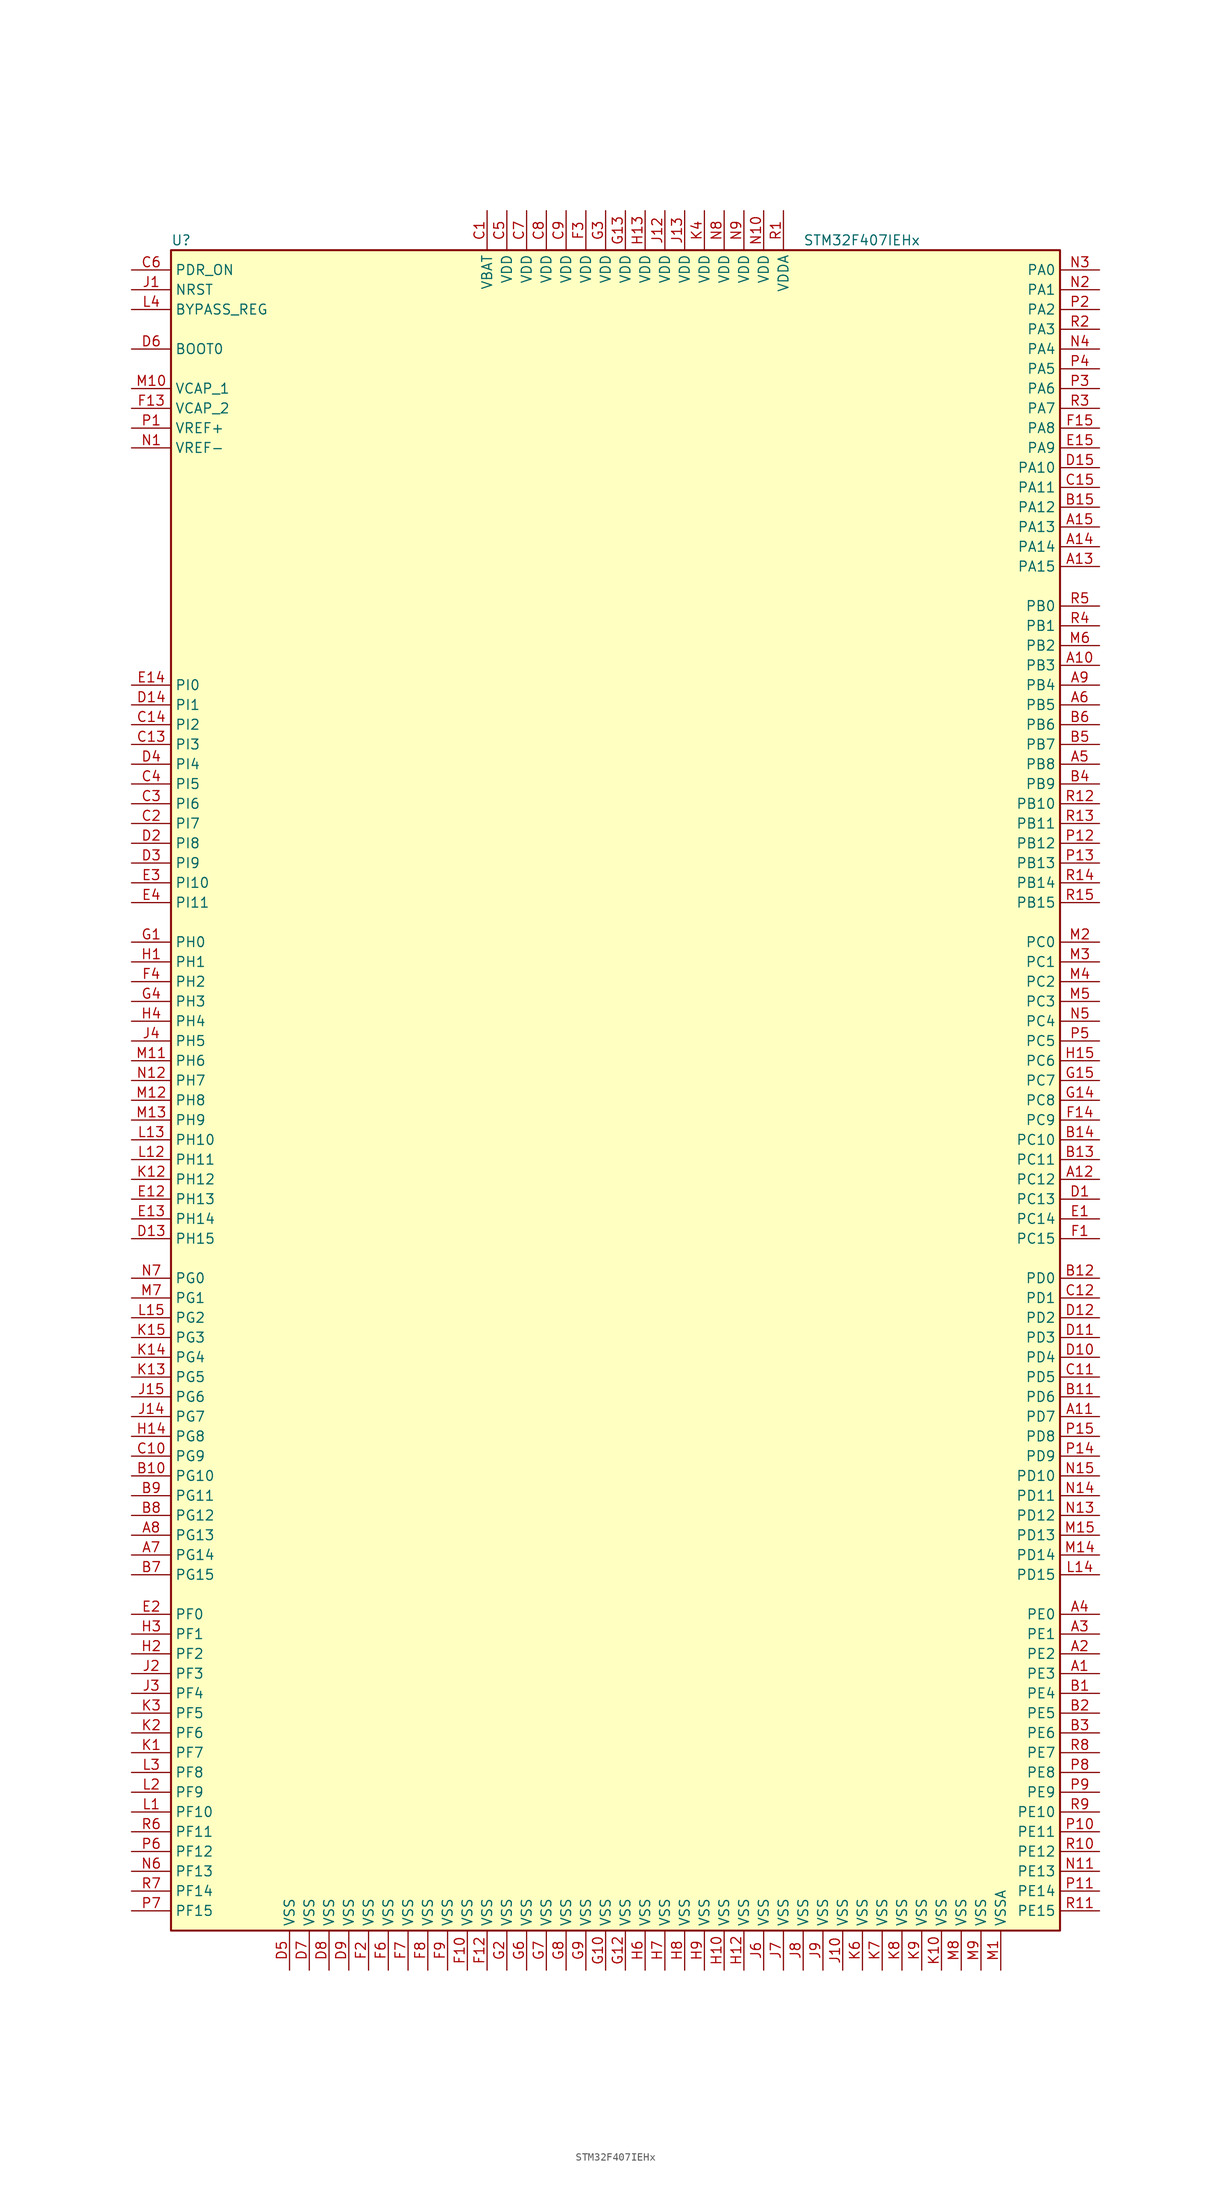
<source format=kicad_sym>
(kicad_symbol_lib
  (version 20211014)
  (generator kicad_symbol_editor)
  (symbol "STM32F407IEHx"
    (property "Reference" "U"
      (at -58.42 107.95 0)
      (effects (font (size 1.27 1.27)) (justify left)))
    (property "Value" "STM32F407IEHx"
      (at 22.86 107.95 0)
      (effects (font (size 1.27 1.27)) (justify left)))
    (symbol "STM32F407IEHx_0_1"
      (rectangle (start -58.42 -109.22) (end 55.88 106.68) (stroke (width 0.254) (type default) (color 0 0 0 0)) (fill (type background))))
    (symbol "STM32F407IEHx_1_1"
      (pin bidirectional line (at 60.96 -76.2 180) (length 5.08) (name "PE3" (effects (font (size 1.27 1.27)))) (number "A1" (effects (font (size 1.27 1.27)))))
      (pin bidirectional line (at 60.96 53.34 180) (length 5.08) (name "PB3" (effects (font (size 1.27 1.27)))) (number "A10" (effects (font (size 1.27 1.27)))))
      (pin bidirectional line (at 60.96 -43.18 180) (length 5.08) (name "PD7" (effects (font (size 1.27 1.27)))) (number "A11" (effects (font (size 1.27 1.27)))))
      (pin bidirectional line (at 60.96 -12.7 180) (length 5.08) (name "PC12" (effects (font (size 1.27 1.27)))) (number "A12" (effects (font (size 1.27 1.27)))))
      (pin bidirectional line (at 60.96 66.04 180) (length 5.08) (name "PA15" (effects (font (size 1.27 1.27)))) (number "A13" (effects (font (size 1.27 1.27)))))
      (pin bidirectional line (at 60.96 68.58 180) (length 5.08) (name "PA14" (effects (font (size 1.27 1.27)))) (number "A14" (effects (font (size 1.27 1.27)))))
      (pin bidirectional line (at 60.96 71.12 180) (length 5.08) (name "PA13" (effects (font (size 1.27 1.27)))) (number "A15" (effects (font (size 1.27 1.27)))))
      (pin bidirectional line (at 60.96 -73.66 180) (length 5.08) (name "PE2" (effects (font (size 1.27 1.27)))) (number "A2" (effects (font (size 1.27 1.27)))))
      (pin bidirectional line (at 60.96 -71.12 180) (length 5.08) (name "PE1" (effects (font (size 1.27 1.27)))) (number "A3" (effects (font (size 1.27 1.27)))))
      (pin bidirectional line (at 60.96 -68.58 180) (length 5.08) (name "PE0" (effects (font (size 1.27 1.27)))) (number "A4" (effects (font (size 1.27 1.27)))))
      (pin bidirectional line (at 60.96 40.64 180) (length 5.08) (name "PB8" (effects (font (size 1.27 1.27)))) (number "A5" (effects (font (size 1.27 1.27)))))
      (pin bidirectional line (at 60.96 48.26 180) (length 5.08) (name "PB5" (effects (font (size 1.27 1.27)))) (number "A6" (effects (font (size 1.27 1.27)))))
      (pin bidirectional line (at -63.5 -60.96 0) (length 5.08) (name "PG14" (effects (font (size 1.27 1.27)))) (number "A7" (effects (font (size 1.27 1.27)))))
      (pin bidirectional line (at -63.5 -58.42 0) (length 5.08) (name "PG13" (effects (font (size 1.27 1.27)))) (number "A8" (effects (font (size 1.27 1.27)))))
      (pin bidirectional line (at 60.96 50.8 180) (length 5.08) (name "PB4" (effects (font (size 1.27 1.27)))) (number "A9" (effects (font (size 1.27 1.27)))))
      (pin bidirectional line (at 60.96 -78.74 180) (length 5.08) (name "PE4" (effects (font (size 1.27 1.27)))) (number "B1" (effects (font (size 1.27 1.27)))))
      (pin bidirectional line (at -63.5 -50.8 0) (length 5.08) (name "PG10" (effects (font (size 1.27 1.27)))) (number "B10" (effects (font (size 1.27 1.27)))))
      (pin bidirectional line (at 60.96 -40.64 180) (length 5.08) (name "PD6" (effects (font (size 1.27 1.27)))) (number "B11" (effects (font (size 1.27 1.27)))))
      (pin bidirectional line (at 60.96 -25.4 180) (length 5.08) (name "PD0" (effects (font (size 1.27 1.27)))) (number "B12" (effects (font (size 1.27 1.27)))))
      (pin bidirectional line (at 60.96 -10.16 180) (length 5.08) (name "PC11" (effects (font (size 1.27 1.27)))) (number "B13" (effects (font (size 1.27 1.27)))))
      (pin bidirectional line (at 60.96 -7.62 180) (length 5.08) (name "PC10" (effects (font (size 1.27 1.27)))) (number "B14" (effects (font (size 1.27 1.27)))))
      (pin bidirectional line (at 60.96 73.66 180) (length 5.08) (name "PA12" (effects (font (size 1.27 1.27)))) (number "B15" (effects (font (size 1.27 1.27)))))
      (pin bidirectional line (at 60.96 -81.28 180) (length 5.08) (name "PE5" (effects (font (size 1.27 1.27)))) (number "B2" (effects (font (size 1.27 1.27)))))
      (pin bidirectional line (at 60.96 -83.82 180) (length 5.08) (name "PE6" (effects (font (size 1.27 1.27)))) (number "B3" (effects (font (size 1.27 1.27)))))
      (pin bidirectional line (at 60.96 38.1 180) (length 5.08) (name "PB9" (effects (font (size 1.27 1.27)))) (number "B4" (effects (font (size 1.27 1.27)))))
      (pin bidirectional line (at 60.96 43.18 180) (length 5.08) (name "PB7" (effects (font (size 1.27 1.27)))) (number "B5" (effects (font (size 1.27 1.27)))))
      (pin bidirectional line (at 60.96 45.72 180) (length 5.08) (name "PB6" (effects (font (size 1.27 1.27)))) (number "B6" (effects (font (size 1.27 1.27)))))
      (pin bidirectional line (at -63.5 -63.5 0) (length 5.08) (name "PG15" (effects (font (size 1.27 1.27)))) (number "B7" (effects (font (size 1.27 1.27)))))
      (pin bidirectional line (at -63.5 -55.88 0) (length 5.08) (name "PG12" (effects (font (size 1.27 1.27)))) (number "B8" (effects (font (size 1.27 1.27)))))
      (pin bidirectional line (at -63.5 -53.34 0) (length 5.08) (name "PG11" (effects (font (size 1.27 1.27)))) (number "B9" (effects (font (size 1.27 1.27)))))
      (pin power_in line (at -17.78 111.76 270) (length 5.08) (name "VBAT" (effects (font (size 1.27 1.27)))) (number "C1" (effects (font (size 1.27 1.27)))))
      (pin bidirectional line (at -63.5 -48.26 0) (length 5.08) (name "PG9" (effects (font (size 1.27 1.27)))) (number "C10" (effects (font (size 1.27 1.27)))))
      (pin bidirectional line (at 60.96 -38.1 180) (length 5.08) (name "PD5" (effects (font (size 1.27 1.27)))) (number "C11" (effects (font (size 1.27 1.27)))))
      (pin bidirectional line (at 60.96 -27.94 180) (length 5.08) (name "PD1" (effects (font (size 1.27 1.27)))) (number "C12" (effects (font (size 1.27 1.27)))))
      (pin bidirectional line (at -63.5 43.18 0) (length 5.08) (name "PI3" (effects (font (size 1.27 1.27)))) (number "C13" (effects (font (size 1.27 1.27)))))
      (pin bidirectional line (at -63.5 45.72 0) (length 5.08) (name "PI2" (effects (font (size 1.27 1.27)))) (number "C14" (effects (font (size 1.27 1.27)))))
      (pin bidirectional line (at 60.96 76.2 180) (length 5.08) (name "PA11" (effects (font (size 1.27 1.27)))) (number "C15" (effects (font (size 1.27 1.27)))))
      (pin bidirectional line (at -63.5 33.02 0) (length 5.08) (name "PI7" (effects (font (size 1.27 1.27)))) (number "C2" (effects (font (size 1.27 1.27)))))
      (pin bidirectional line (at -63.5 35.56 0) (length 5.08) (name "PI6" (effects (font (size 1.27 1.27)))) (number "C3" (effects (font (size 1.27 1.27)))))
      (pin bidirectional line (at -63.5 38.1 0) (length 5.08) (name "PI5" (effects (font (size 1.27 1.27)))) (number "C4" (effects (font (size 1.27 1.27)))))
      (pin power_in line (at -15.24 111.76 270) (length 5.08) (name "VDD" (effects (font (size 1.27 1.27)))) (number "C5" (effects (font (size 1.27 1.27)))))
      (pin input line (at -63.5 104.14 0) (length 5.08) (name "PDR_ON" (effects (font (size 1.27 1.27)))) (number "C6" (effects (font (size 1.27 1.27)))))
      (pin power_in line (at -12.7 111.76 270) (length 5.08) (name "VDD" (effects (font (size 1.27 1.27)))) (number "C7" (effects (font (size 1.27 1.27)))))
      (pin power_in line (at -10.16 111.76 270) (length 5.08) (name "VDD" (effects (font (size 1.27 1.27)))) (number "C8" (effects (font (size 1.27 1.27)))))
      (pin power_in line (at -7.62 111.76 270) (length 5.08) (name "VDD" (effects (font (size 1.27 1.27)))) (number "C9" (effects (font (size 1.27 1.27)))))
      (pin bidirectional line (at 60.96 -15.24 180) (length 5.08) (name "PC13" (effects (font (size 1.27 1.27)))) (number "D1" (effects (font (size 1.27 1.27)))))
      (pin bidirectional line (at 60.96 -35.56 180) (length 5.08) (name "PD4" (effects (font (size 1.27 1.27)))) (number "D10" (effects (font (size 1.27 1.27)))))
      (pin bidirectional line (at 60.96 -33.02 180) (length 5.08) (name "PD3" (effects (font (size 1.27 1.27)))) (number "D11" (effects (font (size 1.27 1.27)))))
      (pin bidirectional line (at 60.96 -30.48 180) (length 5.08) (name "PD2" (effects (font (size 1.27 1.27)))) (number "D12" (effects (font (size 1.27 1.27)))))
      (pin bidirectional line (at -63.5 -20.32 0) (length 5.08) (name "PH15" (effects (font (size 1.27 1.27)))) (number "D13" (effects (font (size 1.27 1.27)))))
      (pin bidirectional line (at -63.5 48.26 0) (length 5.08) (name "PI1" (effects (font (size 1.27 1.27)))) (number "D14" (effects (font (size 1.27 1.27)))))
      (pin bidirectional line (at 60.96 78.74 180) (length 5.08) (name "PA10" (effects (font (size 1.27 1.27)))) (number "D15" (effects (font (size 1.27 1.27)))))
      (pin bidirectional line (at -63.5 30.48 0) (length 5.08) (name "PI8" (effects (font (size 1.27 1.27)))) (number "D2" (effects (font (size 1.27 1.27)))))
      (pin bidirectional line (at -63.5 27.94 0) (length 5.08) (name "PI9" (effects (font (size 1.27 1.27)))) (number "D3" (effects (font (size 1.27 1.27)))))
      (pin bidirectional line (at -63.5 40.64 0) (length 5.08) (name "PI4" (effects (font (size 1.27 1.27)))) (number "D4" (effects (font (size 1.27 1.27)))))
      (pin power_in line (at -43.18 -114.3 90) (length 5.08) (name "VSS" (effects (font (size 1.27 1.27)))) (number "D5" (effects (font (size 1.27 1.27)))))
      (pin input line (at -63.5 93.98 0) (length 5.08) (name "BOOT0" (effects (font (size 1.27 1.27)))) (number "D6" (effects (font (size 1.27 1.27)))))
      (pin power_in line (at -40.64 -114.3 90) (length 5.08) (name "VSS" (effects (font (size 1.27 1.27)))) (number "D7" (effects (font (size 1.27 1.27)))))
      (pin power_in line (at -38.1 -114.3 90) (length 5.08) (name "VSS" (effects (font (size 1.27 1.27)))) (number "D8" (effects (font (size 1.27 1.27)))))
      (pin power_in line (at -35.56 -114.3 90) (length 5.08) (name "VSS" (effects (font (size 1.27 1.27)))) (number "D9" (effects (font (size 1.27 1.27)))))
      (pin bidirectional line (at 60.96 -17.78 180) (length 5.08) (name "PC14" (effects (font (size 1.27 1.27)))) (number "E1" (effects (font (size 1.27 1.27)))))
      (pin bidirectional line (at -63.5 -15.24 0) (length 5.08) (name "PH13" (effects (font (size 1.27 1.27)))) (number "E12" (effects (font (size 1.27 1.27)))))
      (pin bidirectional line (at -63.5 -17.78 0) (length 5.08) (name "PH14" (effects (font (size 1.27 1.27)))) (number "E13" (effects (font (size 1.27 1.27)))))
      (pin bidirectional line (at -63.5 50.8 0) (length 5.08) (name "PI0" (effects (font (size 1.27 1.27)))) (number "E14" (effects (font (size 1.27 1.27)))))
      (pin bidirectional line (at 60.96 81.28 180) (length 5.08) (name "PA9" (effects (font (size 1.27 1.27)))) (number "E15" (effects (font (size 1.27 1.27)))))
      (pin bidirectional line (at -63.5 -68.58 0) (length 5.08) (name "PF0" (effects (font (size 1.27 1.27)))) (number "E2" (effects (font (size 1.27 1.27)))))
      (pin bidirectional line (at -63.5 25.4 0) (length 5.08) (name "PI10" (effects (font (size 1.27 1.27)))) (number "E3" (effects (font (size 1.27 1.27)))))
      (pin bidirectional line (at -63.5 22.86 0) (length 5.08) (name "PI11" (effects (font (size 1.27 1.27)))) (number "E4" (effects (font (size 1.27 1.27)))))
      (pin bidirectional line (at 60.96 -20.32 180) (length 5.08) (name "PC15" (effects (font (size 1.27 1.27)))) (number "F1" (effects (font (size 1.27 1.27)))))
      (pin power_in line (at -20.32 -114.3 90) (length 5.08) (name "VSS" (effects (font (size 1.27 1.27)))) (number "F10" (effects (font (size 1.27 1.27)))))
      (pin power_in line (at -17.78 -114.3 90) (length 5.08) (name "VSS" (effects (font (size 1.27 1.27)))) (number "F12" (effects (font (size 1.27 1.27)))))
      (pin power_in line (at -63.5 86.36 0) (length 5.08) (name "VCAP_2" (effects (font (size 1.27 1.27)))) (number "F13" (effects (font (size 1.27 1.27)))))
      (pin bidirectional line (at 60.96 -5.08 180) (length 5.08) (name "PC9" (effects (font (size 1.27 1.27)))) (number "F14" (effects (font (size 1.27 1.27)))))
      (pin bidirectional line (at 60.96 83.82 180) (length 5.08) (name "PA8" (effects (font (size 1.27 1.27)))) (number "F15" (effects (font (size 1.27 1.27)))))
      (pin power_in line (at -33.02 -114.3 90) (length 5.08) (name "VSS" (effects (font (size 1.27 1.27)))) (number "F2" (effects (font (size 1.27 1.27)))))
      (pin power_in line (at -5.08 111.76 270) (length 5.08) (name "VDD" (effects (font (size 1.27 1.27)))) (number "F3" (effects (font (size 1.27 1.27)))))
      (pin bidirectional line (at -63.5 12.7 0) (length 5.08) (name "PH2" (effects (font (size 1.27 1.27)))) (number "F4" (effects (font (size 1.27 1.27)))))
      (pin power_in line (at -30.48 -114.3 90) (length 5.08) (name "VSS" (effects (font (size 1.27 1.27)))) (number "F6" (effects (font (size 1.27 1.27)))))
      (pin power_in line (at -27.94 -114.3 90) (length 5.08) (name "VSS" (effects (font (size 1.27 1.27)))) (number "F7" (effects (font (size 1.27 1.27)))))
      (pin power_in line (at -25.4 -114.3 90) (length 5.08) (name "VSS" (effects (font (size 1.27 1.27)))) (number "F8" (effects (font (size 1.27 1.27)))))
      (pin power_in line (at -22.86 -114.3 90) (length 5.08) (name "VSS" (effects (font (size 1.27 1.27)))) (number "F9" (effects (font (size 1.27 1.27)))))
      (pin input line (at -63.5 17.78 0) (length 5.08) (name "PH0" (effects (font (size 1.27 1.27)))) (number "G1" (effects (font (size 1.27 1.27)))))
      (pin power_in line (at -2.54 -114.3 90) (length 5.08) (name "VSS" (effects (font (size 1.27 1.27)))) (number "G10" (effects (font (size 1.27 1.27)))))
      (pin power_in line (at 0 -114.3 90) (length 5.08) (name "VSS" (effects (font (size 1.27 1.27)))) (number "G12" (effects (font (size 1.27 1.27)))))
      (pin power_in line (at 0 111.76 270) (length 5.08) (name "VDD" (effects (font (size 1.27 1.27)))) (number "G13" (effects (font (size 1.27 1.27)))))
      (pin bidirectional line (at 60.96 -2.54 180) (length 5.08) (name "PC8" (effects (font (size 1.27 1.27)))) (number "G14" (effects (font (size 1.27 1.27)))))
      (pin bidirectional line (at 60.96 0 180) (length 5.08) (name "PC7" (effects (font (size 1.27 1.27)))) (number "G15" (effects (font (size 1.27 1.27)))))
      (pin power_in line (at -15.24 -114.3 90) (length 5.08) (name "VSS" (effects (font (size 1.27 1.27)))) (number "G2" (effects (font (size 1.27 1.27)))))
      (pin power_in line (at -2.54 111.76 270) (length 5.08) (name "VDD" (effects (font (size 1.27 1.27)))) (number "G3" (effects (font (size 1.27 1.27)))))
      (pin bidirectional line (at -63.5 10.16 0) (length 5.08) (name "PH3" (effects (font (size 1.27 1.27)))) (number "G4" (effects (font (size 1.27 1.27)))))
      (pin power_in line (at -12.7 -114.3 90) (length 5.08) (name "VSS" (effects (font (size 1.27 1.27)))) (number "G6" (effects (font (size 1.27 1.27)))))
      (pin power_in line (at -10.16 -114.3 90) (length 5.08) (name "VSS" (effects (font (size 1.27 1.27)))) (number "G7" (effects (font (size 1.27 1.27)))))
      (pin power_in line (at -7.62 -114.3 90) (length 5.08) (name "VSS" (effects (font (size 1.27 1.27)))) (number "G8" (effects (font (size 1.27 1.27)))))
      (pin power_in line (at -5.08 -114.3 90) (length 5.08) (name "VSS" (effects (font (size 1.27 1.27)))) (number "G9" (effects (font (size 1.27 1.27)))))
      (pin input line (at -63.5 15.24 0) (length 5.08) (name "PH1" (effects (font (size 1.27 1.27)))) (number "H1" (effects (font (size 1.27 1.27)))))
      (pin power_in line (at 12.7 -114.3 90) (length 5.08) (name "VSS" (effects (font (size 1.27 1.27)))) (number "H10" (effects (font (size 1.27 1.27)))))
      (pin power_in line (at 15.24 -114.3 90) (length 5.08) (name "VSS" (effects (font (size 1.27 1.27)))) (number "H12" (effects (font (size 1.27 1.27)))))
      (pin power_in line (at 2.54 111.76 270) (length 5.08) (name "VDD" (effects (font (size 1.27 1.27)))) (number "H13" (effects (font (size 1.27 1.27)))))
      (pin bidirectional line (at -63.5 -45.72 0) (length 5.08) (name "PG8" (effects (font (size 1.27 1.27)))) (number "H14" (effects (font (size 1.27 1.27)))))
      (pin bidirectional line (at 60.96 2.54 180) (length 5.08) (name "PC6" (effects (font (size 1.27 1.27)))) (number "H15" (effects (font (size 1.27 1.27)))))
      (pin bidirectional line (at -63.5 -73.66 0) (length 5.08) (name "PF2" (effects (font (size 1.27 1.27)))) (number "H2" (effects (font (size 1.27 1.27)))))
      (pin bidirectional line (at -63.5 -71.12 0) (length 5.08) (name "PF1" (effects (font (size 1.27 1.27)))) (number "H3" (effects (font (size 1.27 1.27)))))
      (pin bidirectional line (at -63.5 7.62 0) (length 5.08) (name "PH4" (effects (font (size 1.27 1.27)))) (number "H4" (effects (font (size 1.27 1.27)))))
      (pin power_in line (at 2.54 -114.3 90) (length 5.08) (name "VSS" (effects (font (size 1.27 1.27)))) (number "H6" (effects (font (size 1.27 1.27)))))
      (pin power_in line (at 5.08 -114.3 90) (length 5.08) (name "VSS" (effects (font (size 1.27 1.27)))) (number "H7" (effects (font (size 1.27 1.27)))))
      (pin power_in line (at 7.62 -114.3 90) (length 5.08) (name "VSS" (effects (font (size 1.27 1.27)))) (number "H8" (effects (font (size 1.27 1.27)))))
      (pin power_in line (at 10.16 -114.3 90) (length 5.08) (name "VSS" (effects (font (size 1.27 1.27)))) (number "H9" (effects (font (size 1.27 1.27)))))
      (pin input line (at -63.5 101.6 0) (length 5.08) (name "NRST" (effects (font (size 1.27 1.27)))) (number "J1" (effects (font (size 1.27 1.27)))))
      (pin power_in line (at 27.94 -114.3 90) (length 5.08) (name "VSS" (effects (font (size 1.27 1.27)))) (number "J10" (effects (font (size 1.27 1.27)))))
      (pin power_in line (at 5.08 111.76 270) (length 5.08) (name "VDD" (effects (font (size 1.27 1.27)))) (number "J12" (effects (font (size 1.27 1.27)))))
      (pin power_in line (at 7.62 111.76 270) (length 5.08) (name "VDD" (effects (font (size 1.27 1.27)))) (number "J13" (effects (font (size 1.27 1.27)))))
      (pin bidirectional line (at -63.5 -43.18 0) (length 5.08) (name "PG7" (effects (font (size 1.27 1.27)))) (number "J14" (effects (font (size 1.27 1.27)))))
      (pin bidirectional line (at -63.5 -40.64 0) (length 5.08) (name "PG6" (effects (font (size 1.27 1.27)))) (number "J15" (effects (font (size 1.27 1.27)))))
      (pin bidirectional line (at -63.5 -76.2 0) (length 5.08) (name "PF3" (effects (font (size 1.27 1.27)))) (number "J2" (effects (font (size 1.27 1.27)))))
      (pin bidirectional line (at -63.5 -78.74 0) (length 5.08) (name "PF4" (effects (font (size 1.27 1.27)))) (number "J3" (effects (font (size 1.27 1.27)))))
      (pin bidirectional line (at -63.5 5.08 0) (length 5.08) (name "PH5" (effects (font (size 1.27 1.27)))) (number "J4" (effects (font (size 1.27 1.27)))))
      (pin power_in line (at 17.78 -114.3 90) (length 5.08) (name "VSS" (effects (font (size 1.27 1.27)))) (number "J6" (effects (font (size 1.27 1.27)))))
      (pin power_in line (at 20.32 -114.3 90) (length 5.08) (name "VSS" (effects (font (size 1.27 1.27)))) (number "J7" (effects (font (size 1.27 1.27)))))
      (pin power_in line (at 22.86 -114.3 90) (length 5.08) (name "VSS" (effects (font (size 1.27 1.27)))) (number "J8" (effects (font (size 1.27 1.27)))))
      (pin power_in line (at 25.4 -114.3 90) (length 5.08) (name "VSS" (effects (font (size 1.27 1.27)))) (number "J9" (effects (font (size 1.27 1.27)))))
      (pin bidirectional line (at -63.5 -86.36 0) (length 5.08) (name "PF7" (effects (font (size 1.27 1.27)))) (number "K1" (effects (font (size 1.27 1.27)))))
      (pin power_in line (at 40.64 -114.3 90) (length 5.08) (name "VSS" (effects (font (size 1.27 1.27)))) (number "K10" (effects (font (size 1.27 1.27)))))
      (pin bidirectional line (at -63.5 -12.7 0) (length 5.08) (name "PH12" (effects (font (size 1.27 1.27)))) (number "K12" (effects (font (size 1.27 1.27)))))
      (pin bidirectional line (at -63.5 -38.1 0) (length 5.08) (name "PG5" (effects (font (size 1.27 1.27)))) (number "K13" (effects (font (size 1.27 1.27)))))
      (pin bidirectional line (at -63.5 -35.56 0) (length 5.08) (name "PG4" (effects (font (size 1.27 1.27)))) (number "K14" (effects (font (size 1.27 1.27)))))
      (pin bidirectional line (at -63.5 -33.02 0) (length 5.08) (name "PG3" (effects (font (size 1.27 1.27)))) (number "K15" (effects (font (size 1.27 1.27)))))
      (pin bidirectional line (at -63.5 -83.82 0) (length 5.08) (name "PF6" (effects (font (size 1.27 1.27)))) (number "K2" (effects (font (size 1.27 1.27)))))
      (pin bidirectional line (at -63.5 -81.28 0) (length 5.08) (name "PF5" (effects (font (size 1.27 1.27)))) (number "K3" (effects (font (size 1.27 1.27)))))
      (pin power_in line (at 10.16 111.76 270) (length 5.08) (name "VDD" (effects (font (size 1.27 1.27)))) (number "K4" (effects (font (size 1.27 1.27)))))
      (pin power_in line (at 30.48 -114.3 90) (length 5.08) (name "VSS" (effects (font (size 1.27 1.27)))) (number "K6" (effects (font (size 1.27 1.27)))))
      (pin power_in line (at 33.02 -114.3 90) (length 5.08) (name "VSS" (effects (font (size 1.27 1.27)))) (number "K7" (effects (font (size 1.27 1.27)))))
      (pin power_in line (at 35.56 -114.3 90) (length 5.08) (name "VSS" (effects (font (size 1.27 1.27)))) (number "K8" (effects (font (size 1.27 1.27)))))
      (pin power_in line (at 38.1 -114.3 90) (length 5.08) (name "VSS" (effects (font (size 1.27 1.27)))) (number "K9" (effects (font (size 1.27 1.27)))))
      (pin bidirectional line (at -63.5 -93.98 0) (length 5.08) (name "PF10" (effects (font (size 1.27 1.27)))) (number "L1" (effects (font (size 1.27 1.27)))))
      (pin bidirectional line (at -63.5 -10.16 0) (length 5.08) (name "PH11" (effects (font (size 1.27 1.27)))) (number "L12" (effects (font (size 1.27 1.27)))))
      (pin bidirectional line (at -63.5 -7.62 0) (length 5.08) (name "PH10" (effects (font (size 1.27 1.27)))) (number "L13" (effects (font (size 1.27 1.27)))))
      (pin bidirectional line (at 60.96 -63.5 180) (length 5.08) (name "PD15" (effects (font (size 1.27 1.27)))) (number "L14" (effects (font (size 1.27 1.27)))))
      (pin bidirectional line (at -63.5 -30.48 0) (length 5.08) (name "PG2" (effects (font (size 1.27 1.27)))) (number "L15" (effects (font (size 1.27 1.27)))))
      (pin bidirectional line (at -63.5 -91.44 0) (length 5.08) (name "PF9" (effects (font (size 1.27 1.27)))) (number "L2" (effects (font (size 1.27 1.27)))))
      (pin bidirectional line (at -63.5 -88.9 0) (length 5.08) (name "PF8" (effects (font (size 1.27 1.27)))) (number "L3" (effects (font (size 1.27 1.27)))))
      (pin input line (at -63.5 99.06 0) (length 5.08) (name "BYPASS_REG" (effects (font (size 1.27 1.27)))) (number "L4" (effects (font (size 1.27 1.27)))))
      (pin power_in line (at 48.26 -114.3 90) (length 5.08) (name "VSSA" (effects (font (size 1.27 1.27)))) (number "M1" (effects (font (size 1.27 1.27)))))
      (pin power_in line (at -63.5 88.9 0) (length 5.08) (name "VCAP_1" (effects (font (size 1.27 1.27)))) (number "M10" (effects (font (size 1.27 1.27)))))
      (pin bidirectional line (at -63.5 2.54 0) (length 5.08) (name "PH6" (effects (font (size 1.27 1.27)))) (number "M11" (effects (font (size 1.27 1.27)))))
      (pin bidirectional line (at -63.5 -2.54 0) (length 5.08) (name "PH8" (effects (font (size 1.27 1.27)))) (number "M12" (effects (font (size 1.27 1.27)))))
      (pin bidirectional line (at -63.5 -5.08 0) (length 5.08) (name "PH9" (effects (font (size 1.27 1.27)))) (number "M13" (effects (font (size 1.27 1.27)))))
      (pin bidirectional line (at 60.96 -60.96 180) (length 5.08) (name "PD14" (effects (font (size 1.27 1.27)))) (number "M14" (effects (font (size 1.27 1.27)))))
      (pin bidirectional line (at 60.96 -58.42 180) (length 5.08) (name "PD13" (effects (font (size 1.27 1.27)))) (number "M15" (effects (font (size 1.27 1.27)))))
      (pin bidirectional line (at 60.96 17.78 180) (length 5.08) (name "PC0" (effects (font (size 1.27 1.27)))) (number "M2" (effects (font (size 1.27 1.27)))))
      (pin bidirectional line (at 60.96 15.24 180) (length 5.08) (name "PC1" (effects (font (size 1.27 1.27)))) (number "M3" (effects (font (size 1.27 1.27)))))
      (pin bidirectional line (at 60.96 12.7 180) (length 5.08) (name "PC2" (effects (font (size 1.27 1.27)))) (number "M4" (effects (font (size 1.27 1.27)))))
      (pin bidirectional line (at 60.96 10.16 180) (length 5.08) (name "PC3" (effects (font (size 1.27 1.27)))) (number "M5" (effects (font (size 1.27 1.27)))))
      (pin bidirectional line (at 60.96 55.88 180) (length 5.08) (name "PB2" (effects (font (size 1.27 1.27)))) (number "M6" (effects (font (size 1.27 1.27)))))
      (pin bidirectional line (at -63.5 -27.94 0) (length 5.08) (name "PG1" (effects (font (size 1.27 1.27)))) (number "M7" (effects (font (size 1.27 1.27)))))
      (pin power_in line (at 43.18 -114.3 90) (length 5.08) (name "VSS" (effects (font (size 1.27 1.27)))) (number "M8" (effects (font (size 1.27 1.27)))))
      (pin power_in line (at 45.72 -114.3 90) (length 5.08) (name "VSS" (effects (font (size 1.27 1.27)))) (number "M9" (effects (font (size 1.27 1.27)))))
      (pin power_in line (at -63.5 81.28 0) (length 5.08) (name "VREF-" (effects (font (size 1.27 1.27)))) (number "N1" (effects (font (size 1.27 1.27)))))
      (pin power_in line (at 17.78 111.76 270) (length 5.08) (name "VDD" (effects (font (size 1.27 1.27)))) (number "N10" (effects (font (size 1.27 1.27)))))
      (pin bidirectional line (at 60.96 -101.6 180) (length 5.08) (name "PE13" (effects (font (size 1.27 1.27)))) (number "N11" (effects (font (size 1.27 1.27)))))
      (pin bidirectional line (at -63.5 0 0) (length 5.08) (name "PH7" (effects (font (size 1.27 1.27)))) (number "N12" (effects (font (size 1.27 1.27)))))
      (pin bidirectional line (at 60.96 -55.88 180) (length 5.08) (name "PD12" (effects (font (size 1.27 1.27)))) (number "N13" (effects (font (size 1.27 1.27)))))
      (pin bidirectional line (at 60.96 -53.34 180) (length 5.08) (name "PD11" (effects (font (size 1.27 1.27)))) (number "N14" (effects (font (size 1.27 1.27)))))
      (pin bidirectional line (at 60.96 -50.8 180) (length 5.08) (name "PD10" (effects (font (size 1.27 1.27)))) (number "N15" (effects (font (size 1.27 1.27)))))
      (pin bidirectional line (at 60.96 101.6 180) (length 5.08) (name "PA1" (effects (font (size 1.27 1.27)))) (number "N2" (effects (font (size 1.27 1.27)))))
      (pin bidirectional line (at 60.96 104.14 180) (length 5.08) (name "PA0" (effects (font (size 1.27 1.27)))) (number "N3" (effects (font (size 1.27 1.27)))))
      (pin bidirectional line (at 60.96 93.98 180) (length 5.08) (name "PA4" (effects (font (size 1.27 1.27)))) (number "N4" (effects (font (size 1.27 1.27)))))
      (pin bidirectional line (at 60.96 7.62 180) (length 5.08) (name "PC4" (effects (font (size 1.27 1.27)))) (number "N5" (effects (font (size 1.27 1.27)))))
      (pin bidirectional line (at -63.5 -101.6 0) (length 5.08) (name "PF13" (effects (font (size 1.27 1.27)))) (number "N6" (effects (font (size 1.27 1.27)))))
      (pin bidirectional line (at -63.5 -25.4 0) (length 5.08) (name "PG0" (effects (font (size 1.27 1.27)))) (number "N7" (effects (font (size 1.27 1.27)))))
      (pin power_in line (at 12.7 111.76 270) (length 5.08) (name "VDD" (effects (font (size 1.27 1.27)))) (number "N8" (effects (font (size 1.27 1.27)))))
      (pin power_in line (at 15.24 111.76 270) (length 5.08) (name "VDD" (effects (font (size 1.27 1.27)))) (number "N9" (effects (font (size 1.27 1.27)))))
      (pin power_in line (at -63.5 83.82 0) (length 5.08) (name "VREF+" (effects (font (size 1.27 1.27)))) (number "P1" (effects (font (size 1.27 1.27)))))
      (pin bidirectional line (at 60.96 -96.52 180) (length 5.08) (name "PE11" (effects (font (size 1.27 1.27)))) (number "P10" (effects (font (size 1.27 1.27)))))
      (pin bidirectional line (at 60.96 -104.14 180) (length 5.08) (name "PE14" (effects (font (size 1.27 1.27)))) (number "P11" (effects (font (size 1.27 1.27)))))
      (pin bidirectional line (at 60.96 30.48 180) (length 5.08) (name "PB12" (effects (font (size 1.27 1.27)))) (number "P12" (effects (font (size 1.27 1.27)))))
      (pin bidirectional line (at 60.96 27.94 180) (length 5.08) (name "PB13" (effects (font (size 1.27 1.27)))) (number "P13" (effects (font (size 1.27 1.27)))))
      (pin bidirectional line (at 60.96 -48.26 180) (length 5.08) (name "PD9" (effects (font (size 1.27 1.27)))) (number "P14" (effects (font (size 1.27 1.27)))))
      (pin bidirectional line (at 60.96 -45.72 180) (length 5.08) (name "PD8" (effects (font (size 1.27 1.27)))) (number "P15" (effects (font (size 1.27 1.27)))))
      (pin bidirectional line (at 60.96 99.06 180) (length 5.08) (name "PA2" (effects (font (size 1.27 1.27)))) (number "P2" (effects (font (size 1.27 1.27)))))
      (pin bidirectional line (at 60.96 88.9 180) (length 5.08) (name "PA6" (effects (font (size 1.27 1.27)))) (number "P3" (effects (font (size 1.27 1.27)))))
      (pin bidirectional line (at 60.96 91.44 180) (length 5.08) (name "PA5" (effects (font (size 1.27 1.27)))) (number "P4" (effects (font (size 1.27 1.27)))))
      (pin bidirectional line (at 60.96 5.08 180) (length 5.08) (name "PC5" (effects (font (size 1.27 1.27)))) (number "P5" (effects (font (size 1.27 1.27)))))
      (pin bidirectional line (at -63.5 -99.06 0) (length 5.08) (name "PF12" (effects (font (size 1.27 1.27)))) (number "P6" (effects (font (size 1.27 1.27)))))
      (pin bidirectional line (at -63.5 -106.68 0) (length 5.08) (name "PF15" (effects (font (size 1.27 1.27)))) (number "P7" (effects (font (size 1.27 1.27)))))
      (pin bidirectional line (at 60.96 -88.9 180) (length 5.08) (name "PE8" (effects (font (size 1.27 1.27)))) (number "P8" (effects (font (size 1.27 1.27)))))
      (pin bidirectional line (at 60.96 -91.44 180) (length 5.08) (name "PE9" (effects (font (size 1.27 1.27)))) (number "P9" (effects (font (size 1.27 1.27)))))
      (pin power_in line (at 20.32 111.76 270) (length 5.08) (name "VDDA" (effects (font (size 1.27 1.27)))) (number "R1" (effects (font (size 1.27 1.27)))))
      (pin bidirectional line (at 60.96 -99.06 180) (length 5.08) (name "PE12" (effects (font (size 1.27 1.27)))) (number "R10" (effects (font (size 1.27 1.27)))))
      (pin bidirectional line (at 60.96 -106.68 180) (length 5.08) (name "PE15" (effects (font (size 1.27 1.27)))) (number "R11" (effects (font (size 1.27 1.27)))))
      (pin bidirectional line (at 60.96 35.56 180) (length 5.08) (name "PB10" (effects (font (size 1.27 1.27)))) (number "R12" (effects (font (size 1.27 1.27)))))
      (pin bidirectional line (at 60.96 33.02 180) (length 5.08) (name "PB11" (effects (font (size 1.27 1.27)))) (number "R13" (effects (font (size 1.27 1.27)))))
      (pin bidirectional line (at 60.96 25.4 180) (length 5.08) (name "PB14" (effects (font (size 1.27 1.27)))) (number "R14" (effects (font (size 1.27 1.27)))))
      (pin bidirectional line (at 60.96 22.86 180) (length 5.08) (name "PB15" (effects (font (size 1.27 1.27)))) (number "R15" (effects (font (size 1.27 1.27)))))
      (pin bidirectional line (at 60.96 96.52 180) (length 5.08) (name "PA3" (effects (font (size 1.27 1.27)))) (number "R2" (effects (font (size 1.27 1.27)))))
      (pin bidirectional line (at 60.96 86.36 180) (length 5.08) (name "PA7" (effects (font (size 1.27 1.27)))) (number "R3" (effects (font (size 1.27 1.27)))))
      (pin bidirectional line (at 60.96 58.42 180) (length 5.08) (name "PB1" (effects (font (size 1.27 1.27)))) (number "R4" (effects (font (size 1.27 1.27)))))
      (pin bidirectional line (at 60.96 60.96 180) (length 5.08) (name "PB0" (effects (font (size 1.27 1.27)))) (number "R5" (effects (font (size 1.27 1.27)))))
      (pin bidirectional line (at -63.5 -96.52 0) (length 5.08) (name "PF11" (effects (font (size 1.27 1.27)))) (number "R6" (effects (font (size 1.27 1.27)))))
      (pin bidirectional line (at -63.5 -104.14 0) (length 5.08) (name "PF14" (effects (font (size 1.27 1.27)))) (number "R7" (effects (font (size 1.27 1.27)))))
      (pin bidirectional line (at 60.96 -86.36 180) (length 5.08) (name "PE7" (effects (font (size 1.27 1.27)))) (number "R8" (effects (font (size 1.27 1.27)))))
      (pin bidirectional line (at 60.96 -93.98 180) (length 5.08) (name "PE10" (effects (font (size 1.27 1.27)))) (number "R9" (effects (font (size 1.27 1.27))))))))
</source>
